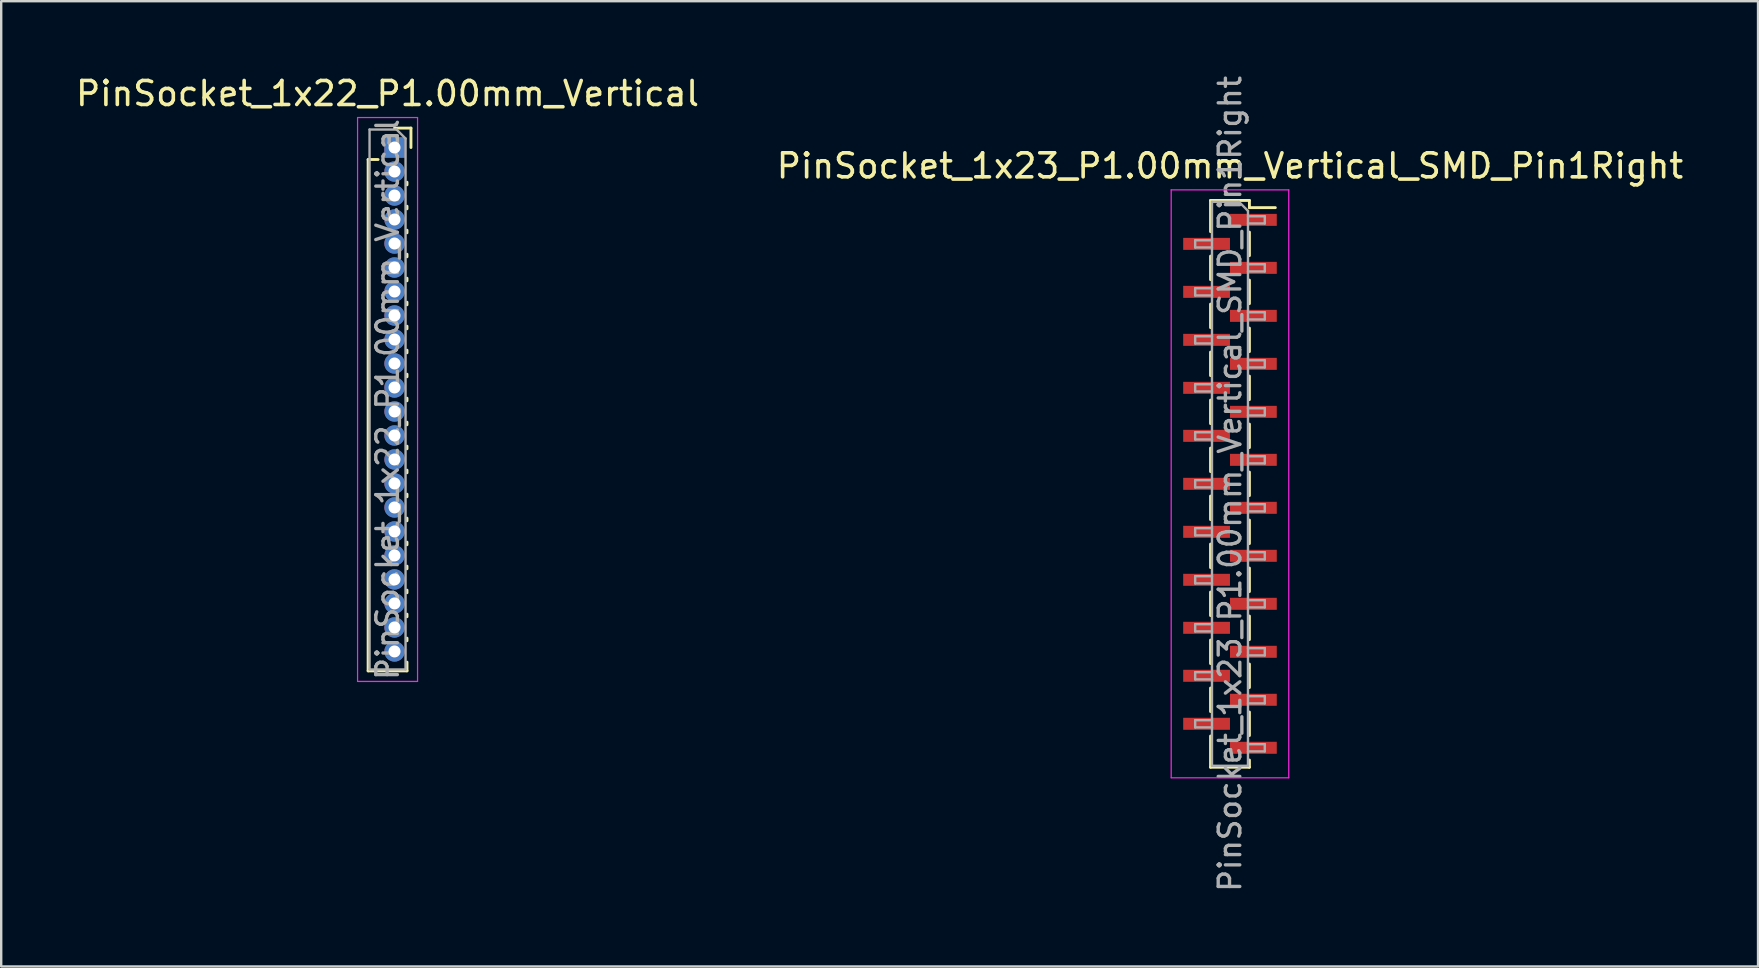
<source format=kicad_pcb>
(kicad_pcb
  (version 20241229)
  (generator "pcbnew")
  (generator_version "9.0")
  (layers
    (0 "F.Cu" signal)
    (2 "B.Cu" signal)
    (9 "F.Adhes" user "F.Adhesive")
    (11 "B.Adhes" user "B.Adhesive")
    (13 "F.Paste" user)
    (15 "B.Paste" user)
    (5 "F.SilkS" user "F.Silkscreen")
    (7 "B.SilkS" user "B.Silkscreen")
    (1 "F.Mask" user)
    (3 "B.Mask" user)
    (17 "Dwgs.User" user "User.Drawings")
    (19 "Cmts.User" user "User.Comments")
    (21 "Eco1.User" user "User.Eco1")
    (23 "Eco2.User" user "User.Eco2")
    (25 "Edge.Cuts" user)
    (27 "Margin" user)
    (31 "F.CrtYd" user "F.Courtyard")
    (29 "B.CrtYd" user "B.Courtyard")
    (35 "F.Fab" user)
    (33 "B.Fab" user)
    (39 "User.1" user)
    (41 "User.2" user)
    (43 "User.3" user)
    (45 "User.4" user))
  (footprint "PinSocket_1x22_P1.00mm_Vertical"
    (layer "F.Cu")
    (at 13.391 3.098)
    (property "Reference" "PinSocket_1x22_P1.00mm_Vertical" (at -0.29 -2.25 0) (layer "F.SilkS") (effects (font (size 1 1) (thickness 0.15))))
    (attr through_hole)
    (fp_line (start -1.1 0.5) (end -1.1 21.81) (stroke (width 0.12) (type solid)) (layer "F.SilkS"))
    (fp_line (start -1.1 0.5) (end -0.685 0.5) (stroke (width 0.12) (type solid)) (layer "F.SilkS"))
    (fp_line (start -1.1 21.81) (end 0.52 21.81) (stroke (width 0.12) (type solid)) (layer "F.SilkS"))
    (fp_line (start 0 -0.81) (end 0.685 -0.81) (stroke (width 0.12) (type solid)) (layer "F.SilkS"))
    (fp_line (start 0.52 1.446) (end 0.52 1.554) (stroke (width 0.12) (type solid)) (layer "F.SilkS"))
    (fp_line (start 0.52 2.446) (end 0.52 2.554) (stroke (width 0.12) (type solid)) (layer "F.SilkS"))
    (fp_line (start 0.52 3.446) (end 0.52 3.554) (stroke (width 0.12) (type solid)) (layer "F.SilkS"))
    (fp_line (start 0.52 4.446) (end 0.52 4.554) (stroke (width 0.12) (type solid)) (layer "F.SilkS"))
    (fp_line (start 0.52 5.446) (end 0.52 5.554) (stroke (width 0.12) (type solid)) (layer "F.SilkS"))
    (fp_line (start 0.52 6.446) (end 0.52 6.554) (stroke (width 0.12) (type solid)) (layer "F.SilkS"))
    (fp_line (start 0.52 7.446) (end 0.52 7.554) (stroke (width 0.12) (type solid)) (layer "F.SilkS"))
    (fp_line (start 0.52 8.446) (end 0.52 8.554) (stroke (width 0.12) (type solid)) (layer "F.SilkS"))
    (fp_line (start 0.52 9.446) (end 0.52 9.554) (stroke (width 0.12) (type solid)) (layer "F.SilkS"))
    (fp_line (start 0.52 10.446) (end 0.52 10.554) (stroke (width 0.12) (type solid)) (layer "F.SilkS"))
    (fp_line (start 0.52 11.446) (end 0.52 11.554) (stroke (width 0.12) (type solid)) (layer "F.SilkS"))
    (fp_line (start 0.52 12.446) (end 0.52 12.554) (stroke (width 0.12) (type solid)) (layer "F.SilkS"))
    (fp_line (start 0.52 13.446) (end 0.52 13.554) (stroke (width 0.12) (type solid)) (layer "F.SilkS"))
    (fp_line (start 0.52 14.446) (end 0.52 14.554) (stroke (width 0.12) (type solid)) (layer "F.SilkS"))
    (fp_line (start 0.52 15.446) (end 0.52 15.554) (stroke (width 0.12) (type solid)) (layer "F.SilkS"))
    (fp_line (start 0.52 16.446) (end 0.52 16.554) (stroke (width 0.12) (type solid)) (layer "F.SilkS"))
    (fp_line (start 0.52 17.446) (end 0.52 17.554) (stroke (width 0.12) (type solid)) (layer "F.SilkS"))
    (fp_line (start 0.52 18.446) (end 0.52 18.554) (stroke (width 0.12) (type solid)) (layer "F.SilkS"))
    (fp_line (start 0.52 19.446) (end 0.52 19.554) (stroke (width 0.12) (type solid)) (layer "F.SilkS"))
    (fp_line (start 0.52 20.446) (end 0.52 20.554) (stroke (width 0.12) (type solid)) (layer "F.SilkS"))
    (fp_line (start 0.52 21.446) (end 0.52 21.81) (stroke (width 0.12) (type solid)) (layer "F.SilkS"))
    (fp_line (start 0.685 -0.81) (end 0.685 0) (stroke (width 0.12) (type solid)) (layer "F.SilkS"))
    (fp_line (start -1.54 -1.25) (end 0.96 -1.25) (stroke (width 0.05) (type solid)) (layer "F.CrtYd"))
    (fp_line (start -1.54 22.25) (end -1.54 -1.25) (stroke (width 0.05) (type solid)) (layer "F.CrtYd"))
    (fp_line (start 0.96 -1.25) (end 0.96 22.25) (stroke (width 0.05) (type solid)) (layer "F.CrtYd"))
    (fp_line (start 0.96 22.25) (end -1.54 22.25) (stroke (width 0.05) (type solid)) (layer "F.CrtYd"))
    (fp_line (start -1.04 -0.75) (end 0.085 -0.75) (stroke (width 0.1) (type solid)) (layer "F.Fab"))
    (fp_line (start -1.04 21.75) (end -1.04 -0.75) (stroke (width 0.1) (type solid)) (layer "F.Fab"))
    (fp_line (start 0.085 -0.75) (end 0.46 -0.375) (stroke (width 0.1) (type solid)) (layer "F.Fab"))
    (fp_line (start 0.46 -0.375) (end 0.46 21.75) (stroke (width 0.1) (type solid)) (layer "F.Fab"))
    (fp_line (start 0.46 21.75) (end -1.04 21.75) (stroke (width 0.1) (type solid)) (layer "F.Fab"))
    (fp_text user "${REFERENCE}" (at -0.29 10.5 90) (layer "F.Fab") (effects (font (size 0.9 0.9) (thickness 0.14))))
    (pad "1" thru_hole rect (at 0 0) (size 0.85 0.85) (drill 0.5) (layers "*.Cu" "*.Mask"))
    (pad "2" thru_hole oval (at 0 1) (size 0.85 0.85) (drill 0.5) (layers "*.Cu" "*.Mask"))
    (pad "3" thru_hole oval (at 0 2) (size 0.85 0.85) (drill 0.5) (layers "*.Cu" "*.Mask"))
    (pad "4" thru_hole oval (at 0 3) (size 0.85 0.85) (drill 0.5) (layers "*.Cu" "*.Mask"))
    (pad "5" thru_hole oval (at 0 4) (size 0.85 0.85) (drill 0.5) (layers "*.Cu" "*.Mask"))
    (pad "6" thru_hole oval (at 0 5) (size 0.85 0.85) (drill 0.5) (layers "*.Cu" "*.Mask"))
    (pad "7" thru_hole oval (at 0 6) (size 0.85 0.85) (drill 0.5) (layers "*.Cu" "*.Mask"))
    (pad "8" thru_hole oval (at 0 7) (size 0.85 0.85) (drill 0.5) (layers "*.Cu" "*.Mask"))
    (pad "9" thru_hole oval (at 0 8) (size 0.85 0.85) (drill 0.5) (layers "*.Cu" "*.Mask"))
    (pad "10" thru_hole oval (at 0 9) (size 0.85 0.85) (drill 0.5) (layers "*.Cu" "*.Mask"))
    (pad "11" thru_hole oval (at 0 10) (size 0.85 0.85) (drill 0.5) (layers "*.Cu" "*.Mask"))
    (pad "12" thru_hole oval (at 0 11) (size 0.85 0.85) (drill 0.5) (layers "*.Cu" "*.Mask"))
    (pad "13" thru_hole oval (at 0 12) (size 0.85 0.85) (drill 0.5) (layers "*.Cu" "*.Mask"))
    (pad "14" thru_hole oval (at 0 13) (size 0.85 0.85) (drill 0.5) (layers "*.Cu" "*.Mask"))
    (pad "15" thru_hole oval (at 0 14) (size 0.85 0.85) (drill 0.5) (layers "*.Cu" "*.Mask"))
    (pad "16" thru_hole oval (at 0 15) (size 0.85 0.85) (drill 0.5) (layers "*.Cu" "*.Mask"))
    (pad "17" thru_hole oval (at 0 16) (size 0.85 0.85) (drill 0.5) (layers "*.Cu" "*.Mask"))
    (pad "18" thru_hole oval (at 0 17) (size 0.85 0.85) (drill 0.5) (layers "*.Cu" "*.Mask"))
    (pad "19" thru_hole oval (at 0 18) (size 0.85 0.85) (drill 0.5) (layers "*.Cu" "*.Mask"))
    (pad "20" thru_hole oval (at 0 19) (size 0.85 0.85) (drill 0.5) (layers "*.Cu" "*.Mask"))
    (pad "21" thru_hole oval (at 0 20) (size 0.85 0.85) (drill 0.5) (layers "*.Cu" "*.Mask"))
    (pad "22" thru_hole oval (at 0 21) (size 0.85 0.85) (drill 0.5) (layers "*.Cu" "*.Mask")))
  (footprint "PinSocket_1x23_P1.00mm_Vertical_SMD_Pin1Right"
    (layer "F.Cu")
    (at 48.208 17.113)
    (property "Reference" "PinSocket_1x23_P1.00mm_Vertical_SMD_Pin1Right" (at 0 -13.25 0) (layer "F.SilkS") (effects (font (size 1 1) (thickness 0.15))))
    (attr smd)
    (fp_line (start -0.81 -11.81) (end -0.81 -10.51) (stroke (width 0.12) (type solid)) (layer "F.SilkS"))
    (fp_line (start -0.81 -11.81) (end 0.81 -11.81) (stroke (width 0.12) (type solid)) (layer "F.SilkS"))
    (fp_line (start -0.81 -9.49) (end -0.81 -8.51) (stroke (width 0.12) (type solid)) (layer "F.SilkS"))
    (fp_line (start -0.81 -7.49) (end -0.81 -6.51) (stroke (width 0.12) (type solid)) (layer "F.SilkS"))
    (fp_line (start -0.81 -5.49) (end -0.81 -4.51) (stroke (width 0.12) (type solid)) (layer "F.SilkS"))
    (fp_line (start -0.81 -3.49) (end -0.81 -2.51) (stroke (width 0.12) (type solid)) (layer "F.SilkS"))
    (fp_line (start -0.81 -1.49) (end -0.81 -0.51) (stroke (width 0.12) (type solid)) (layer "F.SilkS"))
    (fp_line (start -0.81 0.51) (end -0.81 1.49) (stroke (width 0.12) (type solid)) (layer "F.SilkS"))
    (fp_line (start -0.81 2.51) (end -0.81 3.49) (stroke (width 0.12) (type solid)) (layer "F.SilkS"))
    (fp_line (start -0.81 4.51) (end -0.81 5.49) (stroke (width 0.12) (type solid)) (layer "F.SilkS"))
    (fp_line (start -0.81 6.51) (end -0.81 7.49) (stroke (width 0.12) (type solid)) (layer "F.SilkS"))
    (fp_line (start -0.81 8.51) (end -0.81 9.49) (stroke (width 0.12) (type solid)) (layer "F.SilkS"))
    (fp_line (start -0.81 10.51) (end -0.81 11.81) (stroke (width 0.12) (type solid)) (layer "F.SilkS"))
    (fp_line (start -0.81 11.81) (end 0.81 11.81) (stroke (width 0.12) (type solid)) (layer "F.SilkS"))
    (fp_line (start 0.81 -11.81) (end 0.81 -11.51) (stroke (width 0.12) (type solid)) (layer "F.SilkS"))
    (fp_line (start 0.81 -11.51) (end 1.89 -11.51) (stroke (width 0.12) (type solid)) (layer "F.SilkS"))
    (fp_line (start 0.81 -10.49) (end 0.81 -9.51) (stroke (width 0.12) (type solid)) (layer "F.SilkS"))
    (fp_line (start 0.81 -8.49) (end 0.81 -7.51) (stroke (width 0.12) (type solid)) (layer "F.SilkS"))
    (fp_line (start 0.81 -6.49) (end 0.81 -5.51) (stroke (width 0.12) (type solid)) (layer "F.SilkS"))
    (fp_line (start 0.81 -4.49) (end 0.81 -3.51) (stroke (width 0.12) (type solid)) (layer "F.SilkS"))
    (fp_line (start 0.81 -2.49) (end 0.81 -1.51) (stroke (width 0.12) (type solid)) (layer "F.SilkS"))
    (fp_line (start 0.81 -0.49) (end 0.81 0.49) (stroke (width 0.12) (type solid)) (layer "F.SilkS"))
    (fp_line (start 0.81 1.51) (end 0.81 2.49) (stroke (width 0.12) (type solid)) (layer "F.SilkS"))
    (fp_line (start 0.81 3.51) (end 0.81 4.49) (stroke (width 0.12) (type solid)) (layer "F.SilkS"))
    (fp_line (start 0.81 5.51) (end 0.81 6.49) (stroke (width 0.12) (type solid)) (layer "F.SilkS"))
    (fp_line (start 0.81 7.51) (end 0.81 8.49) (stroke (width 0.12) (type solid)) (layer "F.SilkS"))
    (fp_line (start 0.81 9.51) (end 0.81 10.49) (stroke (width 0.12) (type solid)) (layer "F.SilkS"))
    (fp_line (start 0.81 11.51) (end 0.81 11.81) (stroke (width 0.12) (type solid)) (layer "F.SilkS"))
    (fp_line (start -2.45 -12.25) (end 2.45 -12.25) (stroke (width 0.05) (type solid)) (layer "F.CrtYd"))
    (fp_line (start -2.45 12.25) (end -2.45 -12.25) (stroke (width 0.05) (type solid)) (layer "F.CrtYd"))
    (fp_line (start 2.45 -12.25) (end 2.45 12.25) (stroke (width 0.05) (type solid)) (layer "F.CrtYd"))
    (fp_line (start 2.45 12.25) (end -2.45 12.25) (stroke (width 0.05) (type solid)) (layer "F.CrtYd"))
    (fp_line (start -1.45 -10.15) (end -0.75 -10.15) (stroke (width 0.1) (type solid)) (layer "F.Fab"))
    (fp_line (start -1.45 -9.85) (end -1.45 -10.15) (stroke (width 0.1) (type solid)) (layer "F.Fab"))
    (fp_line (start -1.45 -8.15) (end -0.75 -8.15) (stroke (width 0.1) (type solid)) (layer "F.Fab"))
    (fp_line (start -1.45 -7.85) (end -1.45 -8.15) (stroke (width 0.1) (type solid)) (layer "F.Fab"))
    (fp_line (start -1.45 -6.15) (end -0.75 -6.15) (stroke (width 0.1) (type solid)) (layer "F.Fab"))
    (fp_line (start -1.45 -5.85) (end -1.45 -6.15) (stroke (width 0.1) (type solid)) (layer "F.Fab"))
    (fp_line (start -1.45 -4.15) (end -0.75 -4.15) (stroke (width 0.1) (type solid)) (layer "F.Fab"))
    (fp_line (start -1.45 -3.85) (end -1.45 -4.15) (stroke (width 0.1) (type solid)) (layer "F.Fab"))
    (fp_line (start -1.45 -2.15) (end -0.75 -2.15) (stroke (width 0.1) (type solid)) (layer "F.Fab"))
    (fp_line (start -1.45 -1.85) (end -1.45 -2.15) (stroke (width 0.1) (type solid)) (layer "F.Fab"))
    (fp_line (start -1.45 -0.15) (end -0.75 -0.15) (stroke (width 0.1) (type solid)) (layer "F.Fab"))
    (fp_line (start -1.45 0.15) (end -1.45 -0.15) (stroke (width 0.1) (type solid)) (layer "F.Fab"))
    (fp_line (start -1.45 1.85) (end -0.75 1.85) (stroke (width 0.1) (type solid)) (layer "F.Fab"))
    (fp_line (start -1.45 2.15) (end -1.45 1.85) (stroke (width 0.1) (type solid)) (layer "F.Fab"))
    (fp_line (start -1.45 3.85) (end -0.75 3.85) (stroke (width 0.1) (type solid)) (layer "F.Fab"))
    (fp_line (start -1.45 4.15) (end -1.45 3.85) (stroke (width 0.1) (type solid)) (layer "F.Fab"))
    (fp_line (start -1.45 5.85) (end -0.75 5.85) (stroke (width 0.1) (type solid)) (layer "F.Fab"))
    (fp_line (start -1.45 6.15) (end -1.45 5.85) (stroke (width 0.1) (type solid)) (layer "F.Fab"))
    (fp_line (start -1.45 7.85) (end -0.75 7.85) (stroke (width 0.1) (type solid)) (layer "F.Fab"))
    (fp_line (start -1.45 8.15) (end -1.45 7.85) (stroke (width 0.1) (type solid)) (layer "F.Fab"))
    (fp_line (start -1.45 9.85) (end -0.75 9.85) (stroke (width 0.1) (type solid)) (layer "F.Fab"))
    (fp_line (start -1.45 10.15) (end -1.45 9.85) (stroke (width 0.1) (type solid)) (layer "F.Fab"))
    (fp_line (start -0.75 -11.75) (end 0.375 -11.75) (stroke (width 0.1) (type solid)) (layer "F.Fab"))
    (fp_line (start -0.75 -9.85) (end -1.45 -9.85) (stroke (width 0.1) (type solid)) (layer "F.Fab"))
    (fp_line (start -0.75 -7.85) (end -1.45 -7.85) (stroke (width 0.1) (type solid)) (layer "F.Fab"))
    (fp_line (start -0.75 -5.85) (end -1.45 -5.85) (stroke (width 0.1) (type solid)) (layer "F.Fab"))
    (fp_line (start -0.75 -3.85) (end -1.45 -3.85) (stroke (width 0.1) (type solid)) (layer "F.Fab"))
    (fp_line (start -0.75 -1.85) (end -1.45 -1.85) (stroke (width 0.1) (type solid)) (layer "F.Fab"))
    (fp_line (start -0.75 0.15) (end -1.45 0.15) (stroke (width 0.1) (type solid)) (layer "F.Fab"))
    (fp_line (start -0.75 2.15) (end -1.45 2.15) (stroke (width 0.1) (type solid)) (layer "F.Fab"))
    (fp_line (start -0.75 4.15) (end -1.45 4.15) (stroke (width 0.1) (type solid)) (layer "F.Fab"))
    (fp_line (start -0.75 6.15) (end -1.45 6.15) (stroke (width 0.1) (type solid)) (layer "F.Fab"))
    (fp_line (start -0.75 8.15) (end -1.45 8.15) (stroke (width 0.1) (type solid)) (layer "F.Fab"))
    (fp_line (start -0.75 10.15) (end -1.45 10.15) (stroke (width 0.1) (type solid)) (layer "F.Fab"))
    (fp_line (start -0.75 11.75) (end -0.75 -11.75) (stroke (width 0.1) (type solid)) (layer "F.Fab"))
    (fp_line (start 0.375 -11.75) (end 0.75 -11.375) (stroke (width 0.1) (type solid)) (layer "F.Fab"))
    (fp_line (start 0.75 -11.375) (end 0.75 11.75) (stroke (width 0.1) (type solid)) (layer "F.Fab"))
    (fp_line (start 0.75 -11.15) (end 1.45 -11.15) (stroke (width 0.1) (type solid)) (layer "F.Fab"))
    (fp_line (start 0.75 -9.15) (end 1.45 -9.15) (stroke (width 0.1) (type solid)) (layer "F.Fab"))
    (fp_line (start 0.75 -7.15) (end 1.45 -7.15) (stroke (width 0.1) (type solid)) (layer "F.Fab"))
    (fp_line (start 0.75 -5.15) (end 1.45 -5.15) (stroke (width 0.1) (type solid)) (layer "F.Fab"))
    (fp_line (start 0.75 -3.15) (end 1.45 -3.15) (stroke (width 0.1) (type solid)) (layer "F.Fab"))
    (fp_line (start 0.75 -1.15) (end 1.45 -1.15) (stroke (width 0.1) (type solid)) (layer "F.Fab"))
    (fp_line (start 0.75 0.85) (end 1.45 0.85) (stroke (width 0.1) (type solid)) (layer "F.Fab"))
    (fp_line (start 0.75 2.85) (end 1.45 2.85) (stroke (width 0.1) (type solid)) (layer "F.Fab"))
    (fp_line (start 0.75 4.85) (end 1.45 4.85) (stroke (width 0.1) (type solid)) (layer "F.Fab"))
    (fp_line (start 0.75 6.85) (end 1.45 6.85) (stroke (width 0.1) (type solid)) (layer "F.Fab"))
    (fp_line (start 0.75 8.85) (end 1.45 8.85) (stroke (width 0.1) (type solid)) (layer "F.Fab"))
    (fp_line (start 0.75 10.85) (end 1.45 10.85) (stroke (width 0.1) (type solid)) (layer "F.Fab"))
    (fp_line (start 0.75 11.75) (end -0.75 11.75) (stroke (width 0.1) (type solid)) (layer "F.Fab"))
    (fp_line (start 1.45 -11.15) (end 1.45 -10.85) (stroke (width 0.1) (type solid)) (layer "F.Fab"))
    (fp_line (start 1.45 -10.85) (end 0.75 -10.85) (stroke (width 0.1) (type solid)) (layer "F.Fab"))
    (fp_line (start 1.45 -9.15) (end 1.45 -8.85) (stroke (width 0.1) (type solid)) (layer "F.Fab"))
    (fp_line (start 1.45 -8.85) (end 0.75 -8.85) (stroke (width 0.1) (type solid)) (layer "F.Fab"))
    (fp_line (start 1.45 -7.15) (end 1.45 -6.85) (stroke (width 0.1) (type solid)) (layer "F.Fab"))
    (fp_line (start 1.45 -6.85) (end 0.75 -6.85) (stroke (width 0.1) (type solid)) (layer "F.Fab"))
    (fp_line (start 1.45 -5.15) (end 1.45 -4.85) (stroke (width 0.1) (type solid)) (layer "F.Fab"))
    (fp_line (start 1.45 -4.85) (end 0.75 -4.85) (stroke (width 0.1) (type solid)) (layer "F.Fab"))
    (fp_line (start 1.45 -3.15) (end 1.45 -2.85) (stroke (width 0.1) (type solid)) (layer "F.Fab"))
    (fp_line (start 1.45 -2.85) (end 0.75 -2.85) (stroke (width 0.1) (type solid)) (layer "F.Fab"))
    (fp_line (start 1.45 -1.15) (end 1.45 -0.85) (stroke (width 0.1) (type solid)) (layer "F.Fab"))
    (fp_line (start 1.45 -0.85) (end 0.75 -0.85) (stroke (width 0.1) (type solid)) (layer "F.Fab"))
    (fp_line (start 1.45 0.85) (end 1.45 1.15) (stroke (width 0.1) (type solid)) (layer "F.Fab"))
    (fp_line (start 1.45 1.15) (end 0.75 1.15) (stroke (width 0.1) (type solid)) (layer "F.Fab"))
    (fp_line (start 1.45 2.85) (end 1.45 3.15) (stroke (width 0.1) (type solid)) (layer "F.Fab"))
    (fp_line (start 1.45 3.15) (end 0.75 3.15) (stroke (width 0.1) (type solid)) (layer "F.Fab"))
    (fp_line (start 1.45 4.85) (end 1.45 5.15) (stroke (width 0.1) (type solid)) (layer "F.Fab"))
    (fp_line (start 1.45 5.15) (end 0.75 5.15) (stroke (width 0.1) (type solid)) (layer "F.Fab"))
    (fp_line (start 1.45 6.85) (end 1.45 7.15) (stroke (width 0.1) (type solid)) (layer "F.Fab"))
    (fp_line (start 1.45 7.15) (end 0.75 7.15) (stroke (width 0.1) (type solid)) (layer "F.Fab"))
    (fp_line (start 1.45 8.85) (end 1.45 9.15) (stroke (width 0.1) (type solid)) (layer "F.Fab"))
    (fp_line (start 1.45 9.15) (end 0.75 9.15) (stroke (width 0.1) (type solid)) (layer "F.Fab"))
    (fp_line (start 1.45 10.85) (end 1.45 11.15) (stroke (width 0.1) (type solid)) (layer "F.Fab"))
    (fp_line (start 1.45 11.15) (end 0.75 11.15) (stroke (width 0.1) (type solid)) (layer "F.Fab"))
    (fp_text user "${REFERENCE}" (at 0 0 90) (layer "F.Fab") (effects (font (size 0.9 0.9) (thickness 0.14))))
    (pad "1" smd rect (at 0.975 -11) (size 1.95 0.5) (layers "F.Cu" "F.Mask" "F.Paste"))
    (pad "2" smd rect (at -0.975 -10) (size 1.95 0.5) (layers "F.Cu" "F.Mask" "F.Paste"))
    (pad "3" smd rect (at 0.975 -9) (size 1.95 0.5) (layers "F.Cu" "F.Mask" "F.Paste"))
    (pad "4" smd rect (at -0.975 -8) (size 1.95 0.5) (layers "F.Cu" "F.Mask" "F.Paste"))
    (pad "5" smd rect (at 0.975 -7) (size 1.95 0.5) (layers "F.Cu" "F.Mask" "F.Paste"))
    (pad "6" smd rect (at -0.975 -6) (size 1.95 0.5) (layers "F.Cu" "F.Mask" "F.Paste"))
    (pad "7" smd rect (at 0.975 -5) (size 1.95 0.5) (layers "F.Cu" "F.Mask" "F.Paste"))
    (pad "8" smd rect (at -0.975 -4) (size 1.95 0.5) (layers "F.Cu" "F.Mask" "F.Paste"))
    (pad "9" smd rect (at 0.975 -3) (size 1.95 0.5) (layers "F.Cu" "F.Mask" "F.Paste"))
    (pad "10" smd rect (at -0.975 -2) (size 1.95 0.5) (layers "F.Cu" "F.Mask" "F.Paste"))
    (pad "11" smd rect (at 0.975 -1) (size 1.95 0.5) (layers "F.Cu" "F.Mask" "F.Paste"))
    (pad "12" smd rect (at -0.975 0) (size 1.95 0.5) (layers "F.Cu" "F.Mask" "F.Paste"))
    (pad "13" smd rect (at 0.975 1) (size 1.95 0.5) (layers "F.Cu" "F.Mask" "F.Paste"))
    (pad "14" smd rect (at -0.975 2) (size 1.95 0.5) (layers "F.Cu" "F.Mask" "F.Paste"))
    (pad "15" smd rect (at 0.975 3) (size 1.95 0.5) (layers "F.Cu" "F.Mask" "F.Paste"))
    (pad "16" smd rect (at -0.975 4) (size 1.95 0.5) (layers "F.Cu" "F.Mask" "F.Paste"))
    (pad "17" smd rect (at 0.975 5) (size 1.95 0.5) (layers "F.Cu" "F.Mask" "F.Paste"))
    (pad "18" smd rect (at -0.975 6) (size 1.95 0.5) (layers "F.Cu" "F.Mask" "F.Paste"))
    (pad "19" smd rect (at 0.975 7) (size 1.95 0.5) (layers "F.Cu" "F.Mask" "F.Paste"))
    (pad "20" smd rect (at -0.975 8) (size 1.95 0.5) (layers "F.Cu" "F.Mask" "F.Paste"))
    (pad "21" smd rect (at 0.975 9) (size 1.95 0.5) (layers "F.Cu" "F.Mask" "F.Paste"))
    (pad "22" smd rect (at -0.975 10) (size 1.95 0.5) (layers "F.Cu" "F.Mask" "F.Paste"))
    (pad "23" smd rect (at 0.975 11) (size 1.95 0.5) (layers "F.Cu" "F.Mask" "F.Paste")))
  (gr_rect
    (start -3 -3)
    (end 70.214 37.226)
    (stroke (width 0.1) (type default))
    (fill no)
    (layer "Edge.Cuts")))
</source>
